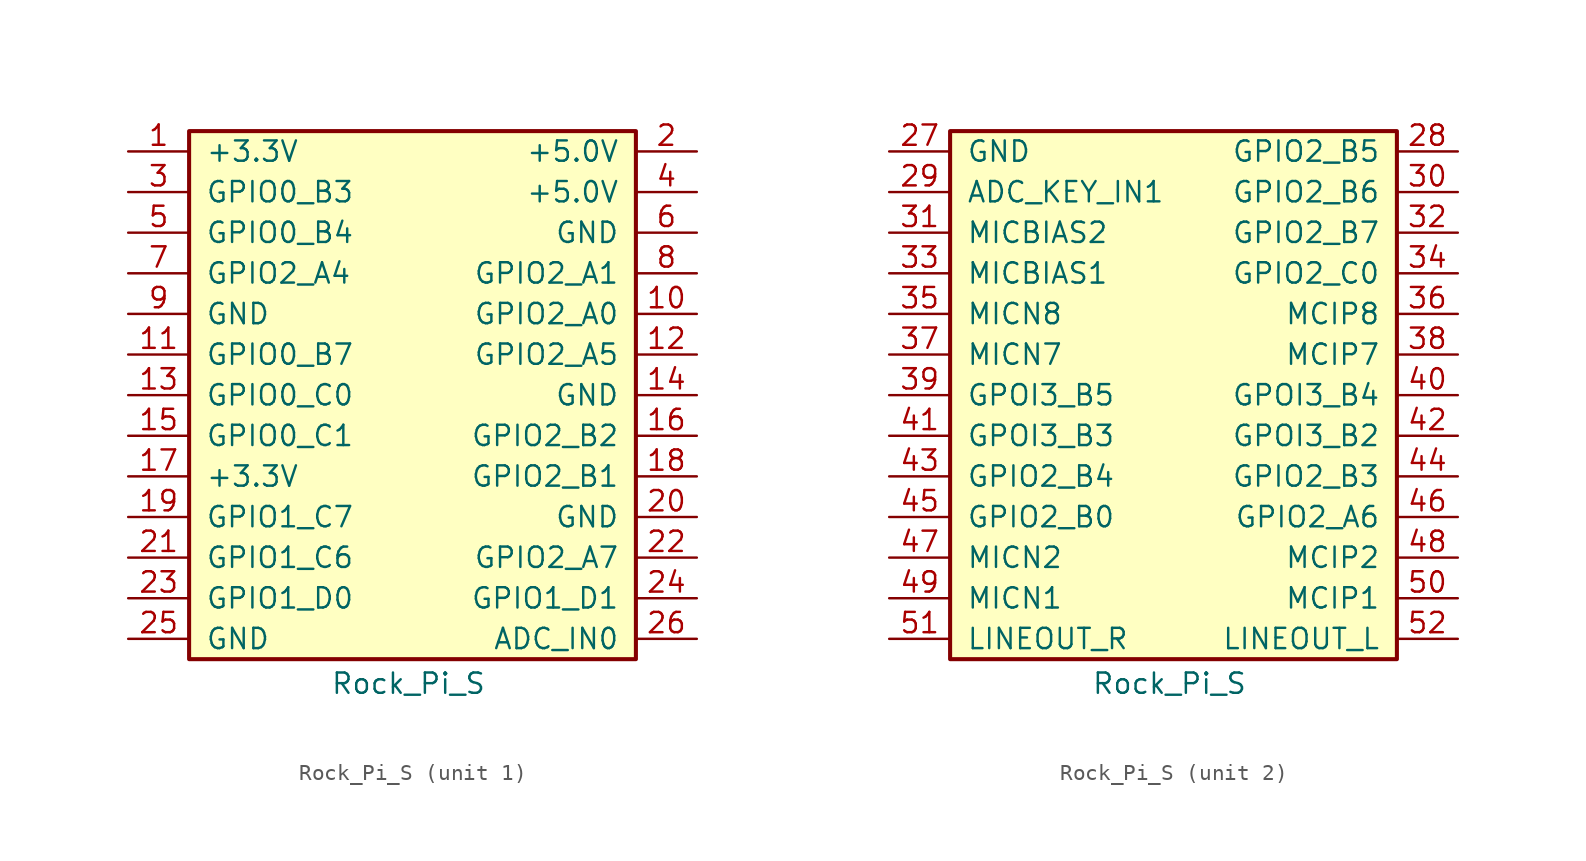
<source format=kicad_sym>
(kicad_symbol_lib
  (version 20241209)
  (generator "kicad_symbol_editor")
  (generator_version "9.0")
  (symbol "Rock_Pi_S"
    (pin_names
      (offset 1.016))
    (property "Reference" "U"
      (at 0 17.78 0)
      (effects (font (size 1.27 1.27)) (hide yes)))
    (property "Value" "Rock_Pi_S"
      (at -0.254 -18.034 0)
      (effects (font (size 1.27 1.27))))
    (property "ki_locked" ""
      (at 0 0 0)
      (effects (font (size 1.27 1.27))))
    (symbol "Rock_Pi_S_1_1"
      (rectangle (start -13.97 16.51) (end 13.97 -16.51) (stroke (width 0.254) (type default)) (fill (type background)))
      (pin passive line (at -17.78 15.24 0) (length 3.81) (name "+3.3V" (effects (font (size 1.27 1.27)))) (number "1" (effects (font (size 1.27 1.27)))))
      (pin passive line (at -17.78 12.7 0) (length 3.81) (name "GPIO0_B3" (effects (font (size 1.27 1.27)))) (number "3" (effects (font (size 1.27 1.27)))))
      (pin passive line (at -17.78 10.16 0) (length 3.81) (name "GPIO0_B4" (effects (font (size 1.27 1.27)))) (number "5" (effects (font (size 1.27 1.27)))))
      (pin passive line (at -17.78 7.62 0) (length 3.81) (name "GPIO2_A4" (effects (font (size 1.27 1.27)))) (number "7" (effects (font (size 1.27 1.27)))))
      (pin passive line (at -17.78 5.08 0) (length 3.81) (name "GND" (effects (font (size 1.27 1.27)))) (number "9" (effects (font (size 1.27 1.27)))))
      (pin passive line (at -17.78 2.54 0) (length 3.81) (name "GPIO0_B7" (effects (font (size 1.27 1.27)))) (number "11" (effects (font (size 1.27 1.27)))))
      (pin passive line (at -17.78 0 0) (length 3.81) (name "GPIO0_C0" (effects (font (size 1.27 1.27)))) (number "13" (effects (font (size 1.27 1.27)))))
      (pin passive line (at -17.78 -2.54 0) (length 3.81) (name "GPIO0_C1" (effects (font (size 1.27 1.27)))) (number "15" (effects (font (size 1.27 1.27)))))
      (pin passive line (at -17.78 -5.08 0) (length 3.81) (name "+3.3V" (effects (font (size 1.27 1.27)))) (number "17" (effects (font (size 1.27 1.27)))))
      (pin passive line (at -17.78 -7.62 0) (length 3.81) (name "GPIO1_C7" (effects (font (size 1.27 1.27)))) (number "19" (effects (font (size 1.27 1.27)))))
      (pin passive line (at -17.78 -10.16 0) (length 3.81) (name "GPIO1_C6" (effects (font (size 1.27 1.27)))) (number "21" (effects (font (size 1.27 1.27)))))
      (pin passive line (at -17.78 -12.7 0) (length 3.81) (name "GPIO1_D0" (effects (font (size 1.27 1.27)))) (number "23" (effects (font (size 1.27 1.27)))))
      (pin passive line (at -17.78 -15.24 0) (length 3.81) (name "GND" (effects (font (size 1.27 1.27)))) (number "25" (effects (font (size 1.27 1.27)))))
      (pin passive line (at 17.78 15.24 180) (length 3.81) (name "+5.0V" (effects (font (size 1.27 1.27)))) (number "2" (effects (font (size 1.27 1.27)))))
      (pin passive line (at 17.78 12.7 180) (length 3.81) (name "+5.0V" (effects (font (size 1.27 1.27)))) (number "4" (effects (font (size 1.27 1.27)))))
      (pin passive line (at 17.78 10.16 180) (length 3.81) (name "GND" (effects (font (size 1.27 1.27)))) (number "6" (effects (font (size 1.27 1.27)))))
      (pin passive line (at 17.78 7.62 180) (length 3.81) (name "GPIO2_A1" (effects (font (size 1.27 1.27)))) (number "8" (effects (font (size 1.27 1.27)))))
      (pin passive line (at 17.78 5.08 180) (length 3.81) (name "GPIO2_A0" (effects (font (size 1.27 1.27)))) (number "10" (effects (font (size 1.27 1.27)))))
      (pin passive line (at 17.78 2.54 180) (length 3.81) (name "GPIO2_A5" (effects (font (size 1.27 1.27)))) (number "12" (effects (font (size 1.27 1.27)))))
      (pin passive line (at 17.78 0 180) (length 3.81) (name "GND" (effects (font (size 1.27 1.27)))) (number "14" (effects (font (size 1.27 1.27)))))
      (pin passive line (at 17.78 -2.54 180) (length 3.81) (name "GPIO2_B2" (effects (font (size 1.27 1.27)))) (number "16" (effects (font (size 1.27 1.27)))))
      (pin passive line (at 17.78 -5.08 180) (length 3.81) (name "GPIO2_B1" (effects (font (size 1.27 1.27)))) (number "18" (effects (font (size 1.27 1.27)))))
      (pin passive line (at 17.78 -7.62 180) (length 3.81) (name "GND" (effects (font (size 1.27 1.27)))) (number "20" (effects (font (size 1.27 1.27)))))
      (pin passive line (at 17.78 -10.16 180) (length 3.81) (name "GPIO2_A7" (effects (font (size 1.27 1.27)))) (number "22" (effects (font (size 1.27 1.27)))))
      (pin passive line (at 17.78 -12.7 180) (length 3.81) (name "GPIO1_D1" (effects (font (size 1.27 1.27)))) (number "24" (effects (font (size 1.27 1.27)))))
      (pin passive line (at 17.78 -15.24 180) (length 3.81) (name "ADC_IN0" (effects (font (size 1.27 1.27)))) (number "26" (effects (font (size 1.27 1.27))))))
    (symbol "Rock_Pi_S_2_1"
      (rectangle (start -13.97 16.51) (end 13.97 -16.51) (stroke (width 0.254) (type default)) (fill (type background)))
      (pin passive line (at -17.78 15.24 0) (length 3.81) (name "GND" (effects (font (size 1.27 1.27)))) (number "27" (effects (font (size 1.27 1.27)))))
      (pin passive line (at -17.78 12.7 0) (length 3.81) (name "ADC_KEY_IN1" (effects (font (size 1.27 1.27)))) (number "29" (effects (font (size 1.27 1.27)))))
      (pin passive line (at -17.78 10.16 0) (length 3.81) (name "MICBIAS2" (effects (font (size 1.27 1.27)))) (number "31" (effects (font (size 1.27 1.27)))))
      (pin passive line (at -17.78 7.62 0) (length 3.81) (name "MICBIAS1" (effects (font (size 1.27 1.27)))) (number "33" (effects (font (size 1.27 1.27)))))
      (pin passive line (at -17.78 5.08 0) (length 3.81) (name "MICN8" (effects (font (size 1.27 1.27)))) (number "35" (effects (font (size 1.27 1.27)))))
      (pin passive line (at -17.78 2.54 0) (length 3.81) (name "MICN7" (effects (font (size 1.27 1.27)))) (number "37" (effects (font (size 1.27 1.27)))))
      (pin passive line (at -17.78 0 0) (length 3.81) (name "GPOI3_B5" (effects (font (size 1.27 1.27)))) (number "39" (effects (font (size 1.27 1.27)))))
      (pin passive line (at -17.78 -2.54 0) (length 3.81) (name "GPOI3_B3" (effects (font (size 1.27 1.27)))) (number "41" (effects (font (size 1.27 1.27)))))
      (pin passive line (at -17.78 -5.08 0) (length 3.81) (name "GPIO2_B4" (effects (font (size 1.27 1.27)))) (number "43" (effects (font (size 1.27 1.27)))))
      (pin passive line (at -17.78 -7.62 0) (length 3.81) (name "GPIO2_B0" (effects (font (size 1.27 1.27)))) (number "45" (effects (font (size 1.27 1.27)))))
      (pin passive line (at -17.78 -10.16 0) (length 3.81) (name "MICN2" (effects (font (size 1.27 1.27)))) (number "47" (effects (font (size 1.27 1.27)))))
      (pin passive line (at -17.78 -12.7 0) (length 3.81) (name "MICN1" (effects (font (size 1.27 1.27)))) (number "49" (effects (font (size 1.27 1.27)))))
      (pin passive line (at -17.78 -15.24 0) (length 3.81) (name "LINEOUT_R" (effects (font (size 1.27 1.27)))) (number "51" (effects (font (size 1.27 1.27)))))
      (pin passive line (at 17.78 15.24 180) (length 3.81) (name "GPIO2_B5" (effects (font (size 1.27 1.27)))) (number "28" (effects (font (size 1.27 1.27)))))
      (pin passive line (at 17.78 12.7 180) (length 3.81) (name "GPIO2_B6" (effects (font (size 1.27 1.27)))) (number "30" (effects (font (size 1.27 1.27)))))
      (pin passive line (at 17.78 10.16 180) (length 3.81) (name "GPIO2_B7" (effects (font (size 1.27 1.27)))) (number "32" (effects (font (size 1.27 1.27)))))
      (pin passive line (at 17.78 7.62 180) (length 3.81) (name "GPIO2_C0" (effects (font (size 1.27 1.27)))) (number "34" (effects (font (size 1.27 1.27)))))
      (pin passive line (at 17.78 5.08 180) (length 3.81) (name "MCIP8" (effects (font (size 1.27 1.27)))) (number "36" (effects (font (size 1.27 1.27)))))
      (pin passive line (at 17.78 2.54 180) (length 3.81) (name "MCIP7" (effects (font (size 1.27 1.27)))) (number "38" (effects (font (size 1.27 1.27)))))
      (pin passive line (at 17.78 0 180) (length 3.81) (name "GPOI3_B4" (effects (font (size 1.27 1.27)))) (number "40" (effects (font (size 1.27 1.27)))))
      (pin passive line (at 17.78 -2.54 180) (length 3.81) (name "GPOI3_B2" (effects (font (size 1.27 1.27)))) (number "42" (effects (font (size 1.27 1.27)))))
      (pin passive line (at 17.78 -5.08 180) (length 3.81) (name "GPIO2_B3" (effects (font (size 1.27 1.27)))) (number "44" (effects (font (size 1.27 1.27)))))
      (pin passive line (at 17.78 -7.62 180) (length 3.81) (name "GPIO2_A6" (effects (font (size 1.27 1.27)))) (number "46" (effects (font (size 1.27 1.27)))))
      (pin passive line (at 17.78 -10.16 180) (length 3.81) (name "MCIP2" (effects (font (size 1.27 1.27)))) (number "48" (effects (font (size 1.27 1.27)))))
      (pin passive line (at 17.78 -12.7 180) (length 3.81) (name "MCIP1" (effects (font (size 1.27 1.27)))) (number "50" (effects (font (size 1.27 1.27)))))
      (pin passive line (at 17.78 -15.24 180) (length 3.81) (name "LINEOUT_L" (effects (font (size 1.27 1.27)))) (number "52" (effects (font (size 1.27 1.27))))))))
</source>
